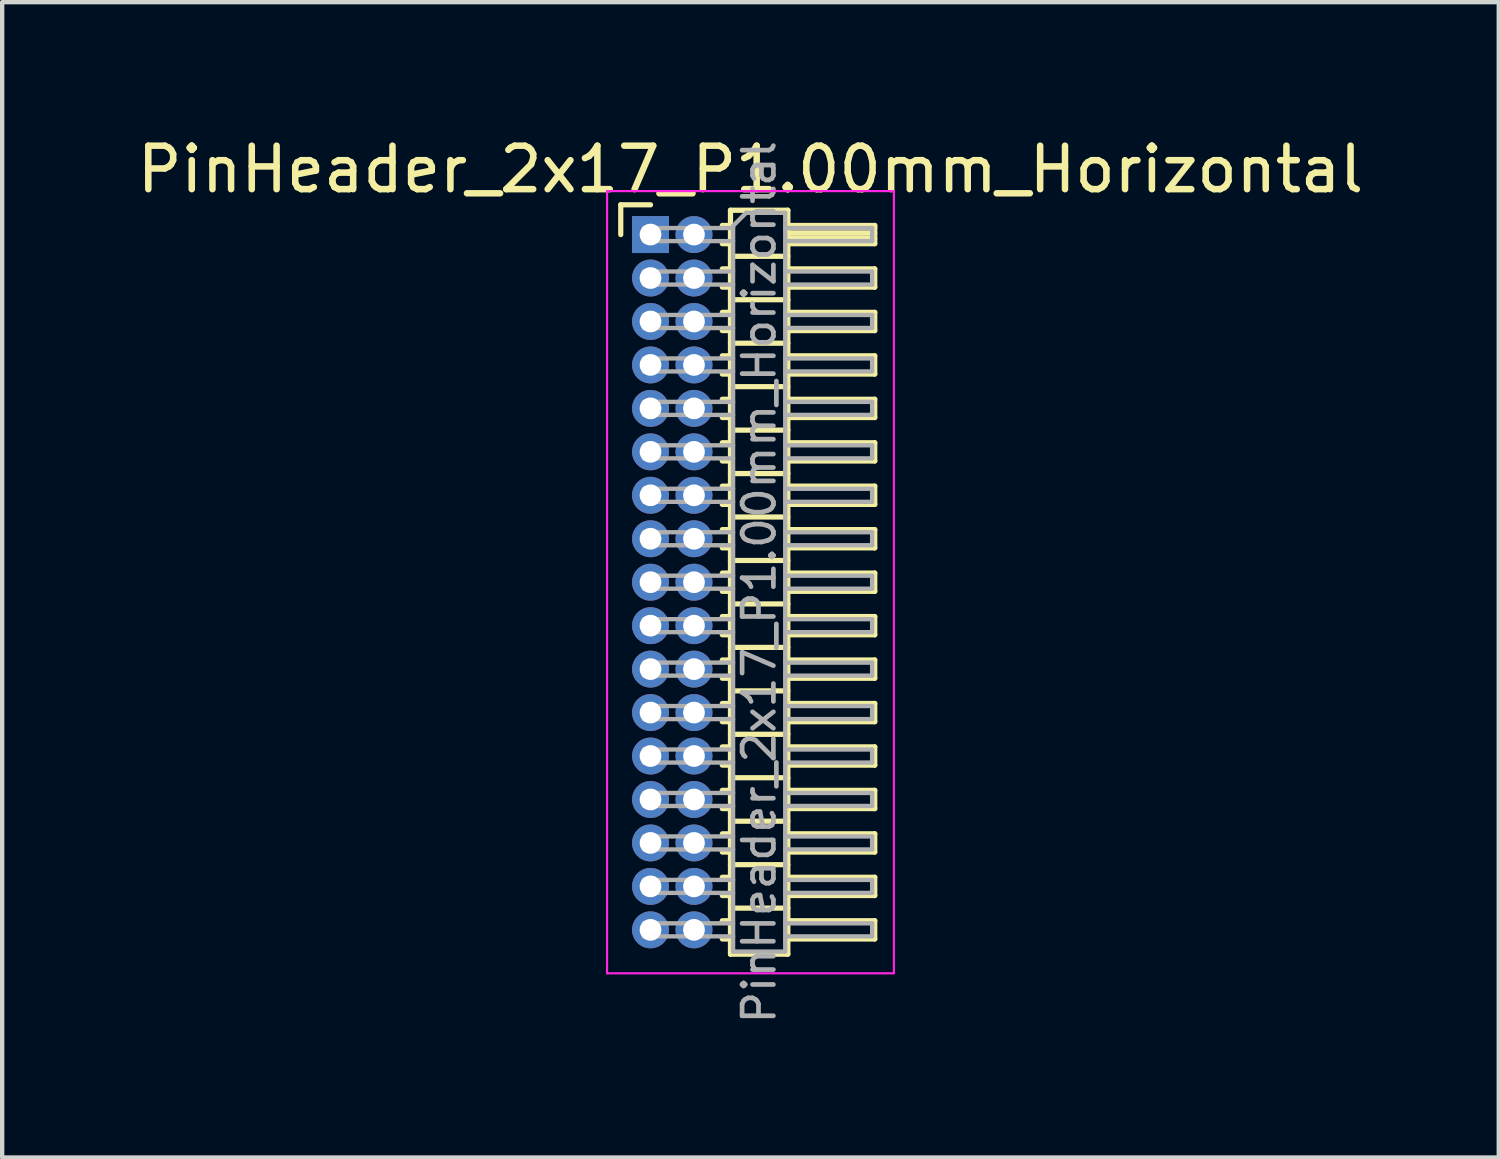
<source format=kicad_pcb>
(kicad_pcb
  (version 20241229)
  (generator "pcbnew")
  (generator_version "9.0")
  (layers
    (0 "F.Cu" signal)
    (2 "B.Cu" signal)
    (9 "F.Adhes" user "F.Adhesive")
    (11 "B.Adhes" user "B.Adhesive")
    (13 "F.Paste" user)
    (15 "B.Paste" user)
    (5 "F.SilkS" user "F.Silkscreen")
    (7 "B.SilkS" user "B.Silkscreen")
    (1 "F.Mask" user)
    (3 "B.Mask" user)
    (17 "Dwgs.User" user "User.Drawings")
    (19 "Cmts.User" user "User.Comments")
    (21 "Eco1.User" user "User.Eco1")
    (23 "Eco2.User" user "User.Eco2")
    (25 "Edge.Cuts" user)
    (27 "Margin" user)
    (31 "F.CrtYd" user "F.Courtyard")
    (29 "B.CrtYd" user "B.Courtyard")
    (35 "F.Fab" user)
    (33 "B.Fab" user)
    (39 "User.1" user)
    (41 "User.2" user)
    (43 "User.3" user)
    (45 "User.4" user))
  (footprint "PinHeader_2x17_P1.00mm_Horizontal"
    (layer "F.Cu")
    (at 11.92 2.348)
    (property "Reference" "PinHeader_2x17_P1.00mm_Horizontal" (at 2.3 -1.5 0) (layer "F.SilkS") (effects (font (size 1 1) (thickness 0.15))))
    (attr through_hole)
    (fp_line (start -0.685 -0.685) (end 0 -0.685) (stroke (width 0.12) (type solid)) (layer "F.SilkS"))
    (fp_line (start -0.685 0) (end -0.685 -0.685) (stroke (width 0.12) (type solid)) (layer "F.SilkS"))
    (fp_line (start 1.652 -0.21) (end 1.84 -0.21) (stroke (width 0.12) (type solid)) (layer "F.SilkS"))
    (fp_line (start 1.652 0.21) (end 1.84 0.21) (stroke (width 0.12) (type solid)) (layer "F.SilkS"))
    (fp_line (start 1.652 0.79) (end 1.84 0.79) (stroke (width 0.12) (type solid)) (layer "F.SilkS"))
    (fp_line (start 1.652 1.21) (end 1.84 1.21) (stroke (width 0.12) (type solid)) (layer "F.SilkS"))
    (fp_line (start 1.652 1.79) (end 1.84 1.79) (stroke (width 0.12) (type solid)) (layer "F.SilkS"))
    (fp_line (start 1.652 2.21) (end 1.84 2.21) (stroke (width 0.12) (type solid)) (layer "F.SilkS"))
    (fp_line (start 1.652 2.79) (end 1.84 2.79) (stroke (width 0.12) (type solid)) (layer "F.SilkS"))
    (fp_line (start 1.652 3.21) (end 1.84 3.21) (stroke (width 0.12) (type solid)) (layer "F.SilkS"))
    (fp_line (start 1.652 3.79) (end 1.84 3.79) (stroke (width 0.12) (type solid)) (layer "F.SilkS"))
    (fp_line (start 1.652 4.21) (end 1.84 4.21) (stroke (width 0.12) (type solid)) (layer "F.SilkS"))
    (fp_line (start 1.652 4.79) (end 1.84 4.79) (stroke (width 0.12) (type solid)) (layer "F.SilkS"))
    (fp_line (start 1.652 5.21) (end 1.84 5.21) (stroke (width 0.12) (type solid)) (layer "F.SilkS"))
    (fp_line (start 1.652 5.79) (end 1.84 5.79) (stroke (width 0.12) (type solid)) (layer "F.SilkS"))
    (fp_line (start 1.652 6.21) (end 1.84 6.21) (stroke (width 0.12) (type solid)) (layer "F.SilkS"))
    (fp_line (start 1.652 6.79) (end 1.84 6.79) (stroke (width 0.12) (type solid)) (layer "F.SilkS"))
    (fp_line (start 1.652 7.21) (end 1.84 7.21) (stroke (width 0.12) (type solid)) (layer "F.SilkS"))
    (fp_line (start 1.652 7.79) (end 1.84 7.79) (stroke (width 0.12) (type solid)) (layer "F.SilkS"))
    (fp_line (start 1.652 8.21) (end 1.84 8.21) (stroke (width 0.12) (type solid)) (layer "F.SilkS"))
    (fp_line (start 1.652 8.79) (end 1.84 8.79) (stroke (width 0.12) (type solid)) (layer "F.SilkS"))
    (fp_line (start 1.652 9.21) (end 1.84 9.21) (stroke (width 0.12) (type solid)) (layer "F.SilkS"))
    (fp_line (start 1.652 9.79) (end 1.84 9.79) (stroke (width 0.12) (type solid)) (layer "F.SilkS"))
    (fp_line (start 1.652 10.21) (end 1.84 10.21) (stroke (width 0.12) (type solid)) (layer "F.SilkS"))
    (fp_line (start 1.652 10.79) (end 1.84 10.79) (stroke (width 0.12) (type solid)) (layer "F.SilkS"))
    (fp_line (start 1.652 11.21) (end 1.84 11.21) (stroke (width 0.12) (type solid)) (layer "F.SilkS"))
    (fp_line (start 1.652 11.79) (end 1.84 11.79) (stroke (width 0.12) (type solid)) (layer "F.SilkS"))
    (fp_line (start 1.652 12.21) (end 1.84 12.21) (stroke (width 0.12) (type solid)) (layer "F.SilkS"))
    (fp_line (start 1.652 12.79) (end 1.84 12.79) (stroke (width 0.12) (type solid)) (layer "F.SilkS"))
    (fp_line (start 1.652 13.21) (end 1.84 13.21) (stroke (width 0.12) (type solid)) (layer "F.SilkS"))
    (fp_line (start 1.652 13.79) (end 1.84 13.79) (stroke (width 0.12) (type solid)) (layer "F.SilkS"))
    (fp_line (start 1.652 14.21) (end 1.84 14.21) (stroke (width 0.12) (type solid)) (layer "F.SilkS"))
    (fp_line (start 1.652 14.79) (end 1.84 14.79) (stroke (width 0.12) (type solid)) (layer "F.SilkS"))
    (fp_line (start 1.652 15.21) (end 1.84 15.21) (stroke (width 0.12) (type solid)) (layer "F.SilkS"))
    (fp_line (start 1.652 15.79) (end 1.84 15.79) (stroke (width 0.12) (type solid)) (layer "F.SilkS"))
    (fp_line (start 1.652 16.21) (end 1.84 16.21) (stroke (width 0.12) (type solid)) (layer "F.SilkS"))
    (fp_line (start 1.84 -0.56) (end 1.84 16.56) (stroke (width 0.12) (type solid)) (layer "F.SilkS"))
    (fp_line (start 1.84 0.5) (end 3.16 0.5) (stroke (width 0.12) (type solid)) (layer "F.SilkS"))
    (fp_line (start 1.84 1.5) (end 3.16 1.5) (stroke (width 0.12) (type solid)) (layer "F.SilkS"))
    (fp_line (start 1.84 2.5) (end 3.16 2.5) (stroke (width 0.12) (type solid)) (layer "F.SilkS"))
    (fp_line (start 1.84 3.5) (end 3.16 3.5) (stroke (width 0.12) (type solid)) (layer "F.SilkS"))
    (fp_line (start 1.84 4.5) (end 3.16 4.5) (stroke (width 0.12) (type solid)) (layer "F.SilkS"))
    (fp_line (start 1.84 5.5) (end 3.16 5.5) (stroke (width 0.12) (type solid)) (layer "F.SilkS"))
    (fp_line (start 1.84 6.5) (end 3.16 6.5) (stroke (width 0.12) (type solid)) (layer "F.SilkS"))
    (fp_line (start 1.84 7.5) (end 3.16 7.5) (stroke (width 0.12) (type solid)) (layer "F.SilkS"))
    (fp_line (start 1.84 8.5) (end 3.16 8.5) (stroke (width 0.12) (type solid)) (layer "F.SilkS"))
    (fp_line (start 1.84 9.5) (end 3.16 9.5) (stroke (width 0.12) (type solid)) (layer "F.SilkS"))
    (fp_line (start 1.84 10.5) (end 3.16 10.5) (stroke (width 0.12) (type solid)) (layer "F.SilkS"))
    (fp_line (start 1.84 11.5) (end 3.16 11.5) (stroke (width 0.12) (type solid)) (layer "F.SilkS"))
    (fp_line (start 1.84 12.5) (end 3.16 12.5) (stroke (width 0.12) (type solid)) (layer "F.SilkS"))
    (fp_line (start 1.84 13.5) (end 3.16 13.5) (stroke (width 0.12) (type solid)) (layer "F.SilkS"))
    (fp_line (start 1.84 14.5) (end 3.16 14.5) (stroke (width 0.12) (type solid)) (layer "F.SilkS"))
    (fp_line (start 1.84 15.5) (end 3.16 15.5) (stroke (width 0.12) (type solid)) (layer "F.SilkS"))
    (fp_line (start 1.84 16.56) (end 3.16 16.56) (stroke (width 0.12) (type solid)) (layer "F.SilkS"))
    (fp_line (start 3.16 -0.56) (end 1.84 -0.56) (stroke (width 0.12) (type solid)) (layer "F.SilkS"))
    (fp_line (start 3.16 -0.21) (end 5.16 -0.21) (stroke (width 0.12) (type solid)) (layer "F.SilkS"))
    (fp_line (start 3.16 -0.15) (end 5.16 -0.15) (stroke (width 0.12) (type solid)) (layer "F.SilkS"))
    (fp_line (start 3.16 -0.03) (end 5.16 -0.03) (stroke (width 0.12) (type solid)) (layer "F.SilkS"))
    (fp_line (start 3.16 0.09) (end 5.16 0.09) (stroke (width 0.12) (type solid)) (layer "F.SilkS"))
    (fp_line (start 3.16 0.79) (end 5.16 0.79) (stroke (width 0.12) (type solid)) (layer "F.SilkS"))
    (fp_line (start 3.16 1.79) (end 5.16 1.79) (stroke (width 0.12) (type solid)) (layer "F.SilkS"))
    (fp_line (start 3.16 2.79) (end 5.16 2.79) (stroke (width 0.12) (type solid)) (layer "F.SilkS"))
    (fp_line (start 3.16 3.79) (end 5.16 3.79) (stroke (width 0.12) (type solid)) (layer "F.SilkS"))
    (fp_line (start 3.16 4.79) (end 5.16 4.79) (stroke (width 0.12) (type solid)) (layer "F.SilkS"))
    (fp_line (start 3.16 5.79) (end 5.16 5.79) (stroke (width 0.12) (type solid)) (layer "F.SilkS"))
    (fp_line (start 3.16 6.79) (end 5.16 6.79) (stroke (width 0.12) (type solid)) (layer "F.SilkS"))
    (fp_line (start 3.16 7.79) (end 5.16 7.79) (stroke (width 0.12) (type solid)) (layer "F.SilkS"))
    (fp_line (start 3.16 8.79) (end 5.16 8.79) (stroke (width 0.12) (type solid)) (layer "F.SilkS"))
    (fp_line (start 3.16 9.79) (end 5.16 9.79) (stroke (width 0.12) (type solid)) (layer "F.SilkS"))
    (fp_line (start 3.16 10.79) (end 5.16 10.79) (stroke (width 0.12) (type solid)) (layer "F.SilkS"))
    (fp_line (start 3.16 11.79) (end 5.16 11.79) (stroke (width 0.12) (type solid)) (layer "F.SilkS"))
    (fp_line (start 3.16 12.79) (end 5.16 12.79) (stroke (width 0.12) (type solid)) (layer "F.SilkS"))
    (fp_line (start 3.16 13.79) (end 5.16 13.79) (stroke (width 0.12) (type solid)) (layer "F.SilkS"))
    (fp_line (start 3.16 14.79) (end 5.16 14.79) (stroke (width 0.12) (type solid)) (layer "F.SilkS"))
    (fp_line (start 3.16 15.79) (end 5.16 15.79) (stroke (width 0.12) (type solid)) (layer "F.SilkS"))
    (fp_line (start 3.16 16.56) (end 3.16 -0.56) (stroke (width 0.12) (type solid)) (layer "F.SilkS"))
    (fp_line (start 5.16 -0.21) (end 5.16 0.21) (stroke (width 0.12) (type solid)) (layer "F.SilkS"))
    (fp_line (start 5.16 0.21) (end 3.16 0.21) (stroke (width 0.12) (type solid)) (layer "F.SilkS"))
    (fp_line (start 5.16 0.79) (end 5.16 1.21) (stroke (width 0.12) (type solid)) (layer "F.SilkS"))
    (fp_line (start 5.16 1.21) (end 3.16 1.21) (stroke (width 0.12) (type solid)) (layer "F.SilkS"))
    (fp_line (start 5.16 1.79) (end 5.16 2.21) (stroke (width 0.12) (type solid)) (layer "F.SilkS"))
    (fp_line (start 5.16 2.21) (end 3.16 2.21) (stroke (width 0.12) (type solid)) (layer "F.SilkS"))
    (fp_line (start 5.16 2.79) (end 5.16 3.21) (stroke (width 0.12) (type solid)) (layer "F.SilkS"))
    (fp_line (start 5.16 3.21) (end 3.16 3.21) (stroke (width 0.12) (type solid)) (layer "F.SilkS"))
    (fp_line (start 5.16 3.79) (end 5.16 4.21) (stroke (width 0.12) (type solid)) (layer "F.SilkS"))
    (fp_line (start 5.16 4.21) (end 3.16 4.21) (stroke (width 0.12) (type solid)) (layer "F.SilkS"))
    (fp_line (start 5.16 4.79) (end 5.16 5.21) (stroke (width 0.12) (type solid)) (layer "F.SilkS"))
    (fp_line (start 5.16 5.21) (end 3.16 5.21) (stroke (width 0.12) (type solid)) (layer "F.SilkS"))
    (fp_line (start 5.16 5.79) (end 5.16 6.21) (stroke (width 0.12) (type solid)) (layer "F.SilkS"))
    (fp_line (start 5.16 6.21) (end 3.16 6.21) (stroke (width 0.12) (type solid)) (layer "F.SilkS"))
    (fp_line (start 5.16 6.79) (end 5.16 7.21) (stroke (width 0.12) (type solid)) (layer "F.SilkS"))
    (fp_line (start 5.16 7.21) (end 3.16 7.21) (stroke (width 0.12) (type solid)) (layer "F.SilkS"))
    (fp_line (start 5.16 7.79) (end 5.16 8.21) (stroke (width 0.12) (type solid)) (layer "F.SilkS"))
    (fp_line (start 5.16 8.21) (end 3.16 8.21) (stroke (width 0.12) (type solid)) (layer "F.SilkS"))
    (fp_line (start 5.16 8.79) (end 5.16 9.21) (stroke (width 0.12) (type solid)) (layer "F.SilkS"))
    (fp_line (start 5.16 9.21) (end 3.16 9.21) (stroke (width 0.12) (type solid)) (layer "F.SilkS"))
    (fp_line (start 5.16 9.79) (end 5.16 10.21) (stroke (width 0.12) (type solid)) (layer "F.SilkS"))
    (fp_line (start 5.16 10.21) (end 3.16 10.21) (stroke (width 0.12) (type solid)) (layer "F.SilkS"))
    (fp_line (start 5.16 10.79) (end 5.16 11.21) (stroke (width 0.12) (type solid)) (layer "F.SilkS"))
    (fp_line (start 5.16 11.21) (end 3.16 11.21) (stroke (width 0.12) (type solid)) (layer "F.SilkS"))
    (fp_line (start 5.16 11.79) (end 5.16 12.21) (stroke (width 0.12) (type solid)) (layer "F.SilkS"))
    (fp_line (start 5.16 12.21) (end 3.16 12.21) (stroke (width 0.12) (type solid)) (layer "F.SilkS"))
    (fp_line (start 5.16 12.79) (end 5.16 13.21) (stroke (width 0.12) (type solid)) (layer "F.SilkS"))
    (fp_line (start 5.16 13.21) (end 3.16 13.21) (stroke (width 0.12) (type solid)) (layer "F.SilkS"))
    (fp_line (start 5.16 13.79) (end 5.16 14.21) (stroke (width 0.12) (type solid)) (layer "F.SilkS"))
    (fp_line (start 5.16 14.21) (end 3.16 14.21) (stroke (width 0.12) (type solid)) (layer "F.SilkS"))
    (fp_line (start 5.16 14.79) (end 5.16 15.21) (stroke (width 0.12) (type solid)) (layer "F.SilkS"))
    (fp_line (start 5.16 15.21) (end 3.16 15.21) (stroke (width 0.12) (type solid)) (layer "F.SilkS"))
    (fp_line (start 5.16 15.79) (end 5.16 16.21) (stroke (width 0.12) (type solid)) (layer "F.SilkS"))
    (fp_line (start 5.16 16.21) (end 3.16 16.21) (stroke (width 0.12) (type solid)) (layer "F.SilkS"))
    (fp_line (start -1 -1) (end -1 17) (stroke (width 0.05) (type solid)) (layer "F.CrtYd"))
    (fp_line (start -1 17) (end 5.6 17) (stroke (width 0.05) (type solid)) (layer "F.CrtYd"))
    (fp_line (start 5.6 -1) (end -1 -1) (stroke (width 0.05) (type solid)) (layer "F.CrtYd"))
    (fp_line (start 5.6 17) (end 5.6 -1) (stroke (width 0.05) (type solid)) (layer "F.CrtYd"))
    (fp_line (start -0.15 -0.15) (end -0.15 0.15) (stroke (width 0.1) (type solid)) (layer "F.Fab"))
    (fp_line (start -0.15 -0.15) (end 1.9 -0.15) (stroke (width 0.1) (type solid)) (layer "F.Fab"))
    (fp_line (start -0.15 0.15) (end 1.9 0.15) (stroke (width 0.1) (type solid)) (layer "F.Fab"))
    (fp_line (start -0.15 0.85) (end -0.15 1.15) (stroke (width 0.1) (type solid)) (layer "F.Fab"))
    (fp_line (start -0.15 0.85) (end 1.9 0.85) (stroke (width 0.1) (type solid)) (layer "F.Fab"))
    (fp_line (start -0.15 1.15) (end 1.9 1.15) (stroke (width 0.1) (type solid)) (layer "F.Fab"))
    (fp_line (start -0.15 1.85) (end -0.15 2.15) (stroke (width 0.1) (type solid)) (layer "F.Fab"))
    (fp_line (start -0.15 1.85) (end 1.9 1.85) (stroke (width 0.1) (type solid)) (layer "F.Fab"))
    (fp_line (start -0.15 2.15) (end 1.9 2.15) (stroke (width 0.1) (type solid)) (layer "F.Fab"))
    (fp_line (start -0.15 2.85) (end -0.15 3.15) (stroke (width 0.1) (type solid)) (layer "F.Fab"))
    (fp_line (start -0.15 2.85) (end 1.9 2.85) (stroke (width 0.1) (type solid)) (layer "F.Fab"))
    (fp_line (start -0.15 3.15) (end 1.9 3.15) (stroke (width 0.1) (type solid)) (layer "F.Fab"))
    (fp_line (start -0.15 3.85) (end -0.15 4.15) (stroke (width 0.1) (type solid)) (layer "F.Fab"))
    (fp_line (start -0.15 3.85) (end 1.9 3.85) (stroke (width 0.1) (type solid)) (layer "F.Fab"))
    (fp_line (start -0.15 4.15) (end 1.9 4.15) (stroke (width 0.1) (type solid)) (layer "F.Fab"))
    (fp_line (start -0.15 4.85) (end -0.15 5.15) (stroke (width 0.1) (type solid)) (layer "F.Fab"))
    (fp_line (start -0.15 4.85) (end 1.9 4.85) (stroke (width 0.1) (type solid)) (layer "F.Fab"))
    (fp_line (start -0.15 5.15) (end 1.9 5.15) (stroke (width 0.1) (type solid)) (layer "F.Fab"))
    (fp_line (start -0.15 5.85) (end -0.15 6.15) (stroke (width 0.1) (type solid)) (layer "F.Fab"))
    (fp_line (start -0.15 5.85) (end 1.9 5.85) (stroke (width 0.1) (type solid)) (layer "F.Fab"))
    (fp_line (start -0.15 6.15) (end 1.9 6.15) (stroke (width 0.1) (type solid)) (layer "F.Fab"))
    (fp_line (start -0.15 6.85) (end -0.15 7.15) (stroke (width 0.1) (type solid)) (layer "F.Fab"))
    (fp_line (start -0.15 6.85) (end 1.9 6.85) (stroke (width 0.1) (type solid)) (layer "F.Fab"))
    (fp_line (start -0.15 7.15) (end 1.9 7.15) (stroke (width 0.1) (type solid)) (layer "F.Fab"))
    (fp_line (start -0.15 7.85) (end -0.15 8.15) (stroke (width 0.1) (type solid)) (layer "F.Fab"))
    (fp_line (start -0.15 7.85) (end 1.9 7.85) (stroke (width 0.1) (type solid)) (layer "F.Fab"))
    (fp_line (start -0.15 8.15) (end 1.9 8.15) (stroke (width 0.1) (type solid)) (layer "F.Fab"))
    (fp_line (start -0.15 8.85) (end -0.15 9.15) (stroke (width 0.1) (type solid)) (layer "F.Fab"))
    (fp_line (start -0.15 8.85) (end 1.9 8.85) (stroke (width 0.1) (type solid)) (layer "F.Fab"))
    (fp_line (start -0.15 9.15) (end 1.9 9.15) (stroke (width 0.1) (type solid)) (layer "F.Fab"))
    (fp_line (start -0.15 9.85) (end -0.15 10.15) (stroke (width 0.1) (type solid)) (layer "F.Fab"))
    (fp_line (start -0.15 9.85) (end 1.9 9.85) (stroke (width 0.1) (type solid)) (layer "F.Fab"))
    (fp_line (start -0.15 10.15) (end 1.9 10.15) (stroke (width 0.1) (type solid)) (layer "F.Fab"))
    (fp_line (start -0.15 10.85) (end -0.15 11.15) (stroke (width 0.1) (type solid)) (layer "F.Fab"))
    (fp_line (start -0.15 10.85) (end 1.9 10.85) (stroke (width 0.1) (type solid)) (layer "F.Fab"))
    (fp_line (start -0.15 11.15) (end 1.9 11.15) (stroke (width 0.1) (type solid)) (layer "F.Fab"))
    (fp_line (start -0.15 11.85) (end -0.15 12.15) (stroke (width 0.1) (type solid)) (layer "F.Fab"))
    (fp_line (start -0.15 11.85) (end 1.9 11.85) (stroke (width 0.1) (type solid)) (layer "F.Fab"))
    (fp_line (start -0.15 12.15) (end 1.9 12.15) (stroke (width 0.1) (type solid)) (layer "F.Fab"))
    (fp_line (start -0.15 12.85) (end -0.15 13.15) (stroke (width 0.1) (type solid)) (layer "F.Fab"))
    (fp_line (start -0.15 12.85) (end 1.9 12.85) (stroke (width 0.1) (type solid)) (layer "F.Fab"))
    (fp_line (start -0.15 13.15) (end 1.9 13.15) (stroke (width 0.1) (type solid)) (layer "F.Fab"))
    (fp_line (start -0.15 13.85) (end -0.15 14.15) (stroke (width 0.1) (type solid)) (layer "F.Fab"))
    (fp_line (start -0.15 13.85) (end 1.9 13.85) (stroke (width 0.1) (type solid)) (layer "F.Fab"))
    (fp_line (start -0.15 14.15) (end 1.9 14.15) (stroke (width 0.1) (type solid)) (layer "F.Fab"))
    (fp_line (start -0.15 14.85) (end -0.15 15.15) (stroke (width 0.1) (type solid)) (layer "F.Fab"))
    (fp_line (start -0.15 14.85) (end 1.9 14.85) (stroke (width 0.1) (type solid)) (layer "F.Fab"))
    (fp_line (start -0.15 15.15) (end 1.9 15.15) (stroke (width 0.1) (type solid)) (layer "F.Fab"))
    (fp_line (start -0.15 15.85) (end -0.15 16.15) (stroke (width 0.1) (type solid)) (layer "F.Fab"))
    (fp_line (start -0.15 15.85) (end 1.9 15.85) (stroke (width 0.1) (type solid)) (layer "F.Fab"))
    (fp_line (start -0.15 16.15) (end 1.9 16.15) (stroke (width 0.1) (type solid)) (layer "F.Fab"))
    (fp_line (start 1.9 -0.2) (end 2.2 -0.5) (stroke (width 0.1) (type solid)) (layer "F.Fab"))
    (fp_line (start 1.9 16.5) (end 1.9 -0.2) (stroke (width 0.1) (type solid)) (layer "F.Fab"))
    (fp_line (start 2.2 -0.5) (end 3.1 -0.5) (stroke (width 0.1) (type solid)) (layer "F.Fab"))
    (fp_line (start 3.1 -0.5) (end 3.1 16.5) (stroke (width 0.1) (type solid)) (layer "F.Fab"))
    (fp_line (start 3.1 -0.15) (end 5.1 -0.15) (stroke (width 0.1) (type solid)) (layer "F.Fab"))
    (fp_line (start 3.1 0.15) (end 5.1 0.15) (stroke (width 0.1) (type solid)) (layer "F.Fab"))
    (fp_line (start 3.1 0.85) (end 5.1 0.85) (stroke (width 0.1) (type solid)) (layer "F.Fab"))
    (fp_line (start 3.1 1.15) (end 5.1 1.15) (stroke (width 0.1) (type solid)) (layer "F.Fab"))
    (fp_line (start 3.1 1.85) (end 5.1 1.85) (stroke (width 0.1) (type solid)) (layer "F.Fab"))
    (fp_line (start 3.1 2.15) (end 5.1 2.15) (stroke (width 0.1) (type solid)) (layer "F.Fab"))
    (fp_line (start 3.1 2.85) (end 5.1 2.85) (stroke (width 0.1) (type solid)) (layer "F.Fab"))
    (fp_line (start 3.1 3.15) (end 5.1 3.15) (stroke (width 0.1) (type solid)) (layer "F.Fab"))
    (fp_line (start 3.1 3.85) (end 5.1 3.85) (stroke (width 0.1) (type solid)) (layer "F.Fab"))
    (fp_line (start 3.1 4.15) (end 5.1 4.15) (stroke (width 0.1) (type solid)) (layer "F.Fab"))
    (fp_line (start 3.1 4.85) (end 5.1 4.85) (stroke (width 0.1) (type solid)) (layer "F.Fab"))
    (fp_line (start 3.1 5.15) (end 5.1 5.15) (stroke (width 0.1) (type solid)) (layer "F.Fab"))
    (fp_line (start 3.1 5.85) (end 5.1 5.85) (stroke (width 0.1) (type solid)) (layer "F.Fab"))
    (fp_line (start 3.1 6.15) (end 5.1 6.15) (stroke (width 0.1) (type solid)) (layer "F.Fab"))
    (fp_line (start 3.1 6.85) (end 5.1 6.85) (stroke (width 0.1) (type solid)) (layer "F.Fab"))
    (fp_line (start 3.1 7.15) (end 5.1 7.15) (stroke (width 0.1) (type solid)) (layer "F.Fab"))
    (fp_line (start 3.1 7.85) (end 5.1 7.85) (stroke (width 0.1) (type solid)) (layer "F.Fab"))
    (fp_line (start 3.1 8.15) (end 5.1 8.15) (stroke (width 0.1) (type solid)) (layer "F.Fab"))
    (fp_line (start 3.1 8.85) (end 5.1 8.85) (stroke (width 0.1) (type solid)) (layer "F.Fab"))
    (fp_line (start 3.1 9.15) (end 5.1 9.15) (stroke (width 0.1) (type solid)) (layer "F.Fab"))
    (fp_line (start 3.1 9.85) (end 5.1 9.85) (stroke (width 0.1) (type solid)) (layer "F.Fab"))
    (fp_line (start 3.1 10.15) (end 5.1 10.15) (stroke (width 0.1) (type solid)) (layer "F.Fab"))
    (fp_line (start 3.1 10.85) (end 5.1 10.85) (stroke (width 0.1) (type solid)) (layer "F.Fab"))
    (fp_line (start 3.1 11.15) (end 5.1 11.15) (stroke (width 0.1) (type solid)) (layer "F.Fab"))
    (fp_line (start 3.1 11.85) (end 5.1 11.85) (stroke (width 0.1) (type solid)) (layer "F.Fab"))
    (fp_line (start 3.1 12.15) (end 5.1 12.15) (stroke (width 0.1) (type solid)) (layer "F.Fab"))
    (fp_line (start 3.1 12.85) (end 5.1 12.85) (stroke (width 0.1) (type solid)) (layer "F.Fab"))
    (fp_line (start 3.1 13.15) (end 5.1 13.15) (stroke (width 0.1) (type solid)) (layer "F.Fab"))
    (fp_line (start 3.1 13.85) (end 5.1 13.85) (stroke (width 0.1) (type solid)) (layer "F.Fab"))
    (fp_line (start 3.1 14.15) (end 5.1 14.15) (stroke (width 0.1) (type solid)) (layer "F.Fab"))
    (fp_line (start 3.1 14.85) (end 5.1 14.85) (stroke (width 0.1) (type solid)) (layer "F.Fab"))
    (fp_line (start 3.1 15.15) (end 5.1 15.15) (stroke (width 0.1) (type solid)) (layer "F.Fab"))
    (fp_line (start 3.1 15.85) (end 5.1 15.85) (stroke (width 0.1) (type solid)) (layer "F.Fab"))
    (fp_line (start 3.1 16.15) (end 5.1 16.15) (stroke (width 0.1) (type solid)) (layer "F.Fab"))
    (fp_line (start 3.1 16.5) (end 1.9 16.5) (stroke (width 0.1) (type solid)) (layer "F.Fab"))
    (fp_line (start 5.1 -0.15) (end 5.1 0.15) (stroke (width 0.1) (type solid)) (layer "F.Fab"))
    (fp_line (start 5.1 0.85) (end 5.1 1.15) (stroke (width 0.1) (type solid)) (layer "F.Fab"))
    (fp_line (start 5.1 1.85) (end 5.1 2.15) (stroke (width 0.1) (type solid)) (layer "F.Fab"))
    (fp_line (start 5.1 2.85) (end 5.1 3.15) (stroke (width 0.1) (type solid)) (layer "F.Fab"))
    (fp_line (start 5.1 3.85) (end 5.1 4.15) (stroke (width 0.1) (type solid)) (layer "F.Fab"))
    (fp_line (start 5.1 4.85) (end 5.1 5.15) (stroke (width 0.1) (type solid)) (layer "F.Fab"))
    (fp_line (start 5.1 5.85) (end 5.1 6.15) (stroke (width 0.1) (type solid)) (layer "F.Fab"))
    (fp_line (start 5.1 6.85) (end 5.1 7.15) (stroke (width 0.1) (type solid)) (layer "F.Fab"))
    (fp_line (start 5.1 7.85) (end 5.1 8.15) (stroke (width 0.1) (type solid)) (layer "F.Fab"))
    (fp_line (start 5.1 8.85) (end 5.1 9.15) (stroke (width 0.1) (type solid)) (layer "F.Fab"))
    (fp_line (start 5.1 9.85) (end 5.1 10.15) (stroke (width 0.1) (type solid)) (layer "F.Fab"))
    (fp_line (start 5.1 10.85) (end 5.1 11.15) (stroke (width 0.1) (type solid)) (layer "F.Fab"))
    (fp_line (start 5.1 11.85) (end 5.1 12.15) (stroke (width 0.1) (type solid)) (layer "F.Fab"))
    (fp_line (start 5.1 12.85) (end 5.1 13.15) (stroke (width 0.1) (type solid)) (layer "F.Fab"))
    (fp_line (start 5.1 13.85) (end 5.1 14.15) (stroke (width 0.1) (type solid)) (layer "F.Fab"))
    (fp_line (start 5.1 14.85) (end 5.1 15.15) (stroke (width 0.1) (type solid)) (layer "F.Fab"))
    (fp_line (start 5.1 15.85) (end 5.1 16.15) (stroke (width 0.1) (type solid)) (layer "F.Fab"))
    (fp_text user "${REFERENCE}" (at 2.5 8 90) (layer "F.Fab") (effects (font (size 0.72 0.72) (thickness 0.108))))
    (pad "1" thru_hole rect (at 0 0) (size 0.85 0.85) (drill 0.5) (layers "*.Cu" "*.Mask"))
    (pad "2" thru_hole oval (at 1 0) (size 0.85 0.85) (drill 0.5) (layers "*.Cu" "*.Mask"))
    (pad "3" thru_hole oval (at 0 1) (size 0.85 0.85) (drill 0.5) (layers "*.Cu" "*.Mask"))
    (pad "4" thru_hole oval (at 1 1) (size 0.85 0.85) (drill 0.5) (layers "*.Cu" "*.Mask"))
    (pad "5" thru_hole oval (at 0 2) (size 0.85 0.85) (drill 0.5) (layers "*.Cu" "*.Mask"))
    (pad "6" thru_hole oval (at 1 2) (size 0.85 0.85) (drill 0.5) (layers "*.Cu" "*.Mask"))
    (pad "7" thru_hole oval (at 0 3) (size 0.85 0.85) (drill 0.5) (layers "*.Cu" "*.Mask"))
    (pad "8" thru_hole oval (at 1 3) (size 0.85 0.85) (drill 0.5) (layers "*.Cu" "*.Mask"))
    (pad "9" thru_hole oval (at 0 4) (size 0.85 0.85) (drill 0.5) (layers "*.Cu" "*.Mask"))
    (pad "10" thru_hole oval (at 1 4) (size 0.85 0.85) (drill 0.5) (layers "*.Cu" "*.Mask"))
    (pad "11" thru_hole oval (at 0 5) (size 0.85 0.85) (drill 0.5) (layers "*.Cu" "*.Mask"))
    (pad "12" thru_hole oval (at 1 5) (size 0.85 0.85) (drill 0.5) (layers "*.Cu" "*.Mask"))
    (pad "13" thru_hole oval (at 0 6) (size 0.85 0.85) (drill 0.5) (layers "*.Cu" "*.Mask"))
    (pad "14" thru_hole oval (at 1 6) (size 0.85 0.85) (drill 0.5) (layers "*.Cu" "*.Mask"))
    (pad "15" thru_hole oval (at 0 7) (size 0.85 0.85) (drill 0.5) (layers "*.Cu" "*.Mask"))
    (pad "16" thru_hole oval (at 1 7) (size 0.85 0.85) (drill 0.5) (layers "*.Cu" "*.Mask"))
    (pad "17" thru_hole oval (at 0 8) (size 0.85 0.85) (drill 0.5) (layers "*.Cu" "*.Mask"))
    (pad "18" thru_hole oval (at 1 8) (size 0.85 0.85) (drill 0.5) (layers "*.Cu" "*.Mask"))
    (pad "19" thru_hole oval (at 0 9) (size 0.85 0.85) (drill 0.5) (layers "*.Cu" "*.Mask"))
    (pad "20" thru_hole oval (at 1 9) (size 0.85 0.85) (drill 0.5) (layers "*.Cu" "*.Mask"))
    (pad "21" thru_hole oval (at 0 10) (size 0.85 0.85) (drill 0.5) (layers "*.Cu" "*.Mask"))
    (pad "22" thru_hole oval (at 1 10) (size 0.85 0.85) (drill 0.5) (layers "*.Cu" "*.Mask"))
    (pad "23" thru_hole oval (at 0 11) (size 0.85 0.85) (drill 0.5) (layers "*.Cu" "*.Mask"))
    (pad "24" thru_hole oval (at 1 11) (size 0.85 0.85) (drill 0.5) (layers "*.Cu" "*.Mask"))
    (pad "25" thru_hole oval (at 0 12) (size 0.85 0.85) (drill 0.5) (layers "*.Cu" "*.Mask"))
    (pad "26" thru_hole oval (at 1 12) (size 0.85 0.85) (drill 0.5) (layers "*.Cu" "*.Mask"))
    (pad "27" thru_hole oval (at 0 13) (size 0.85 0.85) (drill 0.5) (layers "*.Cu" "*.Mask"))
    (pad "28" thru_hole oval (at 1 13) (size 0.85 0.85) (drill 0.5) (layers "*.Cu" "*.Mask"))
    (pad "29" thru_hole oval (at 0 14) (size 0.85 0.85) (drill 0.5) (layers "*.Cu" "*.Mask"))
    (pad "30" thru_hole oval (at 1 14) (size 0.85 0.85) (drill 0.5) (layers "*.Cu" "*.Mask"))
    (pad "31" thru_hole oval (at 0 15) (size 0.85 0.85) (drill 0.5) (layers "*.Cu" "*.Mask"))
    (pad "32" thru_hole oval (at 1 15) (size 0.85 0.85) (drill 0.5) (layers "*.Cu" "*.Mask"))
    (pad "33" thru_hole oval (at 0 16) (size 0.85 0.85) (drill 0.5) (layers "*.Cu" "*.Mask"))
    (pad "34" thru_hole oval (at 1 16) (size 0.85 0.85) (drill 0.5) (layers "*.Cu" "*.Mask")))
  (gr_rect
    (start -3 -3)
    (end 31.44 23.587)
    (stroke (width 0.1) (type default))
    (fill no)
    (layer "Edge.Cuts")))
</source>
